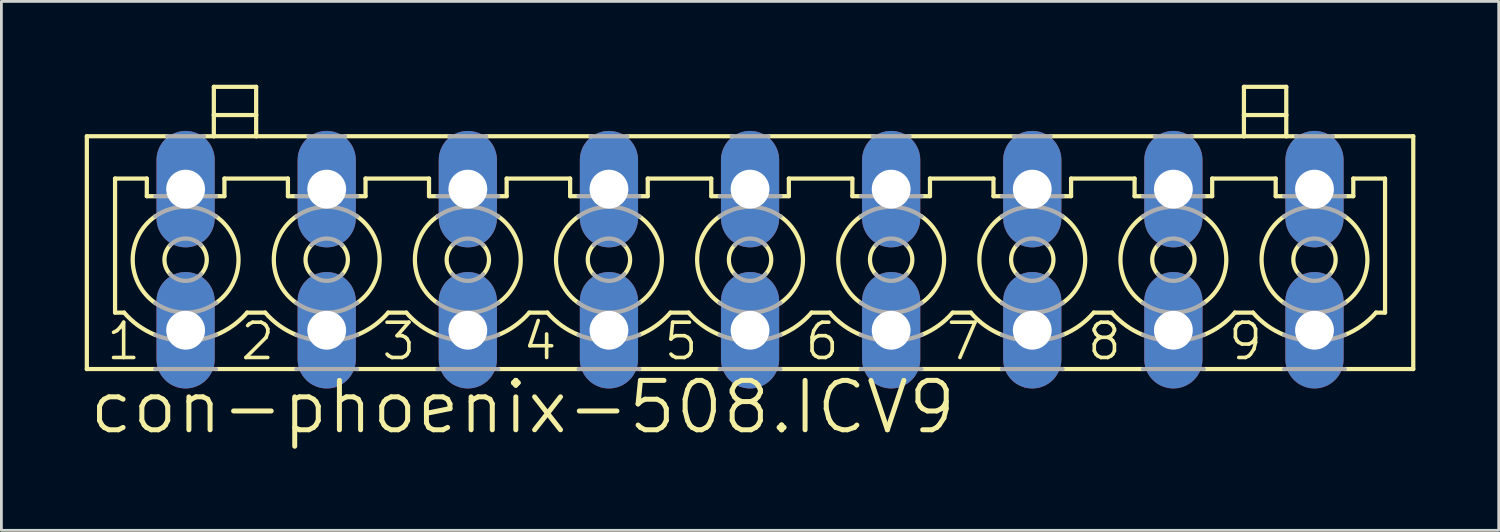
<source format=kicad_pcb>
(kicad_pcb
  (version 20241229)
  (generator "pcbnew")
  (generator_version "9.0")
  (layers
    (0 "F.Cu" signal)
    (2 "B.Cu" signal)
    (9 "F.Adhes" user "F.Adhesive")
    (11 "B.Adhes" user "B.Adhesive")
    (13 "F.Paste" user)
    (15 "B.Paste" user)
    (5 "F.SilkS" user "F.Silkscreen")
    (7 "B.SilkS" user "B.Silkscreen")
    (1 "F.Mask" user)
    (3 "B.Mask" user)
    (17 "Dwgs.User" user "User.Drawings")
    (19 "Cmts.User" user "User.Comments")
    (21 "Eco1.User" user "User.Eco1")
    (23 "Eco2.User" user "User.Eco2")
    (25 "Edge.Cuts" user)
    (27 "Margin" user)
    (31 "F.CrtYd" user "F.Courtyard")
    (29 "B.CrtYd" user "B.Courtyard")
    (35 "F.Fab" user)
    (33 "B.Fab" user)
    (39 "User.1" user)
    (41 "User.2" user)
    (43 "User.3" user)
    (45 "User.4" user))
  (footprint "con-phoenix-508.ICV9"
    (layer "F.Cu")
    (at 23.952 6.299)
    (property "Reference" "con-phoenix-508.ICV9" (at -23.876 6.35 0) (layer "F.SilkS") (effects (font (size 1.778 1.778) (thickness 0.18)) (justify left bottom)))
    (attr through_hole)
    (fp_line (start -23.876 -4.445) (end -23.876 3.937) (stroke (width 0.152) (type default)) (layer "F.SilkS"))
    (fp_line (start -23.876 -4.445) (end -20.98 -4.445) (stroke (width 0.152) (type default)) (layer "F.SilkS"))
    (fp_line (start -23.876 3.937) (end -21.412 3.937) (stroke (width 0.152) (type default)) (layer "F.SilkS"))
    (fp_line (start -22.86 -2.921) (end -22.86 1.905) (stroke (width 0.152) (type default)) (layer "F.SilkS"))
    (fp_line (start -22.86 -2.921) (end -21.717 -2.921) (stroke (width 0.152) (type default)) (layer "F.SilkS"))
    (fp_line (start -22.86 1.905) (end -22.534 1.905) (stroke (width 0.152) (type default)) (layer "F.SilkS"))
    (fp_line (start -21.717 -2.286) (end -21.717 -2.921) (stroke (width 0.152) (type default)) (layer "F.SilkS"))
    (fp_line (start -21.717 -2.286) (end -21.412 -2.286) (stroke (width 0.152) (type default)) (layer "F.SilkS"))
    (fp_line (start -19.66 -4.445) (end -19.304 -4.445) (stroke (width 0.152) (type default)) (layer "F.SilkS"))
    (fp_line (start -19.304 -5.207) (end -19.304 -6.223) (stroke (width 0.152) (type default)) (layer "F.SilkS"))
    (fp_line (start -19.304 -5.207) (end -17.78 -5.207) (stroke (width 0.152) (type default)) (layer "F.SilkS"))
    (fp_line (start -19.304 -4.445) (end -19.304 -5.207) (stroke (width 0.152) (type default)) (layer "F.SilkS"))
    (fp_line (start -19.304 -4.445) (end -17.78 -4.445) (stroke (width 0.152) (type default)) (layer "F.SilkS"))
    (fp_line (start -19.228 -2.286) (end -18.923 -2.286) (stroke (width 0.152) (type default)) (layer "F.SilkS"))
    (fp_line (start -19.228 3.937) (end -16.332 3.937) (stroke (width 0.152) (type default)) (layer "F.SilkS"))
    (fp_line (start -18.923 -2.921) (end -16.637 -2.921) (stroke (width 0.152) (type default)) (layer "F.SilkS"))
    (fp_line (start -18.923 -2.286) (end -18.923 -2.921) (stroke (width 0.152) (type default)) (layer "F.SilkS"))
    (fp_line (start -18.106 1.905) (end -17.454 1.905) (stroke (width 0.152) (type default)) (layer "F.SilkS"))
    (fp_line (start -17.78 -6.223) (end -19.304 -6.223) (stroke (width 0.152) (type default)) (layer "F.SilkS"))
    (fp_line (start -17.78 -5.207) (end -17.78 -6.223) (stroke (width 0.152) (type default)) (layer "F.SilkS"))
    (fp_line (start -17.78 -4.445) (end -17.78 -5.207) (stroke (width 0.152) (type default)) (layer "F.SilkS"))
    (fp_line (start -17.78 -4.445) (end -15.9 -4.445) (stroke (width 0.152) (type default)) (layer "F.SilkS"))
    (fp_line (start -16.637 -2.286) (end -16.637 -2.921) (stroke (width 0.152) (type default)) (layer "F.SilkS"))
    (fp_line (start -16.637 -2.286) (end -16.332 -2.286) (stroke (width 0.152) (type default)) (layer "F.SilkS"))
    (fp_line (start -14.58 -4.445) (end -10.795 -4.445) (stroke (width 0.152) (type default)) (layer "F.SilkS"))
    (fp_line (start -14.148 -2.286) (end -13.843 -2.286) (stroke (width 0.152) (type default)) (layer "F.SilkS"))
    (fp_line (start -14.148 3.937) (end -11.252 3.937) (stroke (width 0.152) (type default)) (layer "F.SilkS"))
    (fp_line (start -13.843 -2.921) (end -11.557 -2.921) (stroke (width 0.152) (type default)) (layer "F.SilkS"))
    (fp_line (start -13.843 -2.286) (end -13.843 -2.921) (stroke (width 0.152) (type default)) (layer "F.SilkS"))
    (fp_line (start -13.026 1.905) (end -12.374 1.905) (stroke (width 0.152) (type default)) (layer "F.SilkS"))
    (fp_line (start -11.557 -2.286) (end -11.557 -2.921) (stroke (width 0.152) (type default)) (layer "F.SilkS"))
    (fp_line (start -11.557 -2.286) (end -11.252 -2.286) (stroke (width 0.152) (type default)) (layer "F.SilkS"))
    (fp_line (start -9.5 -4.445) (end -5.715 -4.445) (stroke (width 0.152) (type default)) (layer "F.SilkS"))
    (fp_line (start -9.068 -2.286) (end -8.763 -2.286) (stroke (width 0.152) (type default)) (layer "F.SilkS"))
    (fp_line (start -9.068 3.937) (end -6.172 3.937) (stroke (width 0.152) (type default)) (layer "F.SilkS"))
    (fp_line (start -8.763 -2.921) (end -6.477 -2.921) (stroke (width 0.152) (type default)) (layer "F.SilkS"))
    (fp_line (start -8.763 -2.286) (end -8.763 -2.921) (stroke (width 0.152) (type default)) (layer "F.SilkS"))
    (fp_line (start -7.946 1.905) (end -7.294 1.905) (stroke (width 0.152) (type default)) (layer "F.SilkS"))
    (fp_line (start -6.477 -2.286) (end -6.477 -2.921) (stroke (width 0.152) (type default)) (layer "F.SilkS"))
    (fp_line (start -6.477 -2.286) (end -6.172 -2.286) (stroke (width 0.152) (type default)) (layer "F.SilkS"))
    (fp_line (start -4.42 -4.445) (end -0.635 -4.445) (stroke (width 0.152) (type default)) (layer "F.SilkS"))
    (fp_line (start -3.988 -2.286) (end -3.683 -2.286) (stroke (width 0.152) (type default)) (layer "F.SilkS"))
    (fp_line (start -3.988 3.937) (end -1.092 3.937) (stroke (width 0.152) (type default)) (layer "F.SilkS"))
    (fp_line (start -3.683 -2.921) (end -1.397 -2.921) (stroke (width 0.152) (type default)) (layer "F.SilkS"))
    (fp_line (start -3.683 -2.286) (end -3.683 -2.921) (stroke (width 0.152) (type default)) (layer "F.SilkS"))
    (fp_line (start -2.866 1.905) (end -2.214 1.905) (stroke (width 0.152) (type default)) (layer "F.SilkS"))
    (fp_line (start -1.397 -2.286) (end -1.397 -2.921) (stroke (width 0.152) (type default)) (layer "F.SilkS"))
    (fp_line (start -1.397 -2.286) (end -1.092 -2.286) (stroke (width 0.152) (type default)) (layer "F.SilkS"))
    (fp_line (start 0.66 -4.445) (end 4.445 -4.445) (stroke (width 0.152) (type default)) (layer "F.SilkS"))
    (fp_line (start 1.092 -2.286) (end 1.397 -2.286) (stroke (width 0.152) (type default)) (layer "F.SilkS"))
    (fp_line (start 1.092 3.937) (end 3.988 3.937) (stroke (width 0.152) (type default)) (layer "F.SilkS"))
    (fp_line (start 1.397 -2.921) (end 3.683 -2.921) (stroke (width 0.152) (type default)) (layer "F.SilkS"))
    (fp_line (start 1.397 -2.286) (end 1.397 -2.921) (stroke (width 0.152) (type default)) (layer "F.SilkS"))
    (fp_line (start 2.214 1.905) (end 2.866 1.905) (stroke (width 0.152) (type default)) (layer "F.SilkS"))
    (fp_line (start 3.683 -2.286) (end 3.683 -2.921) (stroke (width 0.152) (type default)) (layer "F.SilkS"))
    (fp_line (start 3.683 -2.286) (end 3.988 -2.286) (stroke (width 0.152) (type default)) (layer "F.SilkS"))
    (fp_line (start 5.74 -4.445) (end 9.525 -4.445) (stroke (width 0.152) (type default)) (layer "F.SilkS"))
    (fp_line (start 6.172 -2.286) (end 6.477 -2.286) (stroke (width 0.152) (type default)) (layer "F.SilkS"))
    (fp_line (start 6.172 3.937) (end 9.068 3.937) (stroke (width 0.152) (type default)) (layer "F.SilkS"))
    (fp_line (start 6.477 -2.921) (end 8.763 -2.921) (stroke (width 0.152) (type default)) (layer "F.SilkS"))
    (fp_line (start 6.477 -2.286) (end 6.477 -2.921) (stroke (width 0.152) (type default)) (layer "F.SilkS"))
    (fp_line (start 7.294 1.905) (end 7.946 1.905) (stroke (width 0.152) (type default)) (layer "F.SilkS"))
    (fp_line (start 8.763 -2.286) (end 8.763 -2.921) (stroke (width 0.152) (type default)) (layer "F.SilkS"))
    (fp_line (start 8.763 -2.286) (end 9.068 -2.286) (stroke (width 0.152) (type default)) (layer "F.SilkS"))
    (fp_line (start 10.82 -4.445) (end 14.605 -4.445) (stroke (width 0.152) (type default)) (layer "F.SilkS"))
    (fp_line (start 11.252 -2.286) (end 11.557 -2.286) (stroke (width 0.152) (type default)) (layer "F.SilkS"))
    (fp_line (start 11.252 3.937) (end 14.148 3.937) (stroke (width 0.152) (type default)) (layer "F.SilkS"))
    (fp_line (start 11.557 -2.921) (end 13.843 -2.921) (stroke (width 0.152) (type default)) (layer "F.SilkS"))
    (fp_line (start 11.557 -2.286) (end 11.557 -2.921) (stroke (width 0.152) (type default)) (layer "F.SilkS"))
    (fp_line (start 12.374 1.905) (end 13.026 1.905) (stroke (width 0.152) (type default)) (layer "F.SilkS"))
    (fp_line (start 13.843 -2.286) (end 13.843 -2.921) (stroke (width 0.152) (type default)) (layer "F.SilkS"))
    (fp_line (start 13.843 -2.286) (end 14.148 -2.286) (stroke (width 0.152) (type default)) (layer "F.SilkS"))
    (fp_line (start 15.9 -4.445) (end 17.78 -4.445) (stroke (width 0.152) (type default)) (layer "F.SilkS"))
    (fp_line (start 16.332 -2.286) (end 16.637 -2.286) (stroke (width 0.152) (type default)) (layer "F.SilkS"))
    (fp_line (start 16.332 3.937) (end 19.228 3.937) (stroke (width 0.152) (type default)) (layer "F.SilkS"))
    (fp_line (start 16.637 -2.921) (end 18.923 -2.921) (stroke (width 0.152) (type default)) (layer "F.SilkS"))
    (fp_line (start 16.637 -2.286) (end 16.637 -2.921) (stroke (width 0.152) (type default)) (layer "F.SilkS"))
    (fp_line (start 17.454 1.905) (end 18.106 1.905) (stroke (width 0.152) (type default)) (layer "F.SilkS"))
    (fp_line (start 17.78 -5.207) (end 17.78 -6.223) (stroke (width 0.152) (type default)) (layer "F.SilkS"))
    (fp_line (start 17.78 -5.207) (end 19.304 -5.207) (stroke (width 0.152) (type default)) (layer "F.SilkS"))
    (fp_line (start 17.78 -4.445) (end 17.78 -5.207) (stroke (width 0.152) (type default)) (layer "F.SilkS"))
    (fp_line (start 17.78 -4.445) (end 19.304 -4.445) (stroke (width 0.152) (type default)) (layer "F.SilkS"))
    (fp_line (start 18.923 -2.286) (end 18.923 -2.921) (stroke (width 0.152) (type default)) (layer "F.SilkS"))
    (fp_line (start 18.923 -2.286) (end 19.228 -2.286) (stroke (width 0.152) (type default)) (layer "F.SilkS"))
    (fp_line (start 19.304 -6.223) (end 17.78 -6.223) (stroke (width 0.152) (type default)) (layer "F.SilkS"))
    (fp_line (start 19.304 -5.207) (end 19.304 -6.223) (stroke (width 0.152) (type default)) (layer "F.SilkS"))
    (fp_line (start 19.304 -4.445) (end 19.304 -5.207) (stroke (width 0.152) (type default)) (layer "F.SilkS"))
    (fp_line (start 19.304 -4.445) (end 19.66 -4.445) (stroke (width 0.152) (type default)) (layer "F.SilkS"))
    (fp_line (start 20.98 -4.445) (end 23.876 -4.445) (stroke (width 0.152) (type default)) (layer "F.SilkS"))
    (fp_line (start 21.412 -2.286) (end 21.717 -2.286) (stroke (width 0.152) (type default)) (layer "F.SilkS"))
    (fp_line (start 21.412 3.937) (end 23.876 3.937) (stroke (width 0.152) (type default)) (layer "F.SilkS"))
    (fp_line (start 21.717 -2.921) (end 22.86 -2.921) (stroke (width 0.152) (type default)) (layer "F.SilkS"))
    (fp_line (start 21.717 -2.286) (end 21.717 -2.921) (stroke (width 0.152) (type default)) (layer "F.SilkS"))
    (fp_line (start 22.534 1.905) (end 22.86 1.905) (stroke (width 0.152) (type default)) (layer "F.SilkS"))
    (fp_line (start 22.86 1.905) (end 22.86 -2.921) (stroke (width 0.152) (type default)) (layer "F.SilkS"))
    (fp_line (start 23.876 -4.445) (end 23.876 3.937) (stroke (width 0.152) (type default)) (layer "F.SilkS"))
    (fp_arc (start -21.4122 1.5608) (mid -22.224993 0) (end -21.4122 -1.5608) (stroke (width 0.1524) (type default)) (layer "F.SilkS"))
    (fp_arc (start -21.4118 2.7092) (mid -22.021094 2.374351) (end -22.534 1.905) (stroke (width 0.1524) (type default)) (layer "F.SilkS"))
    (fp_arc (start -20.8714 0.526) (mid -21.082049 0) (end -20.8714 -0.526) (stroke (width 0.1524) (type default)) (layer "F.SilkS"))
    (fp_arc (start -19.7686 -0.526) (mid -19.557951 0) (end -19.7686 0.526) (stroke (width 0.1524) (type default)) (layer "F.SilkS"))
    (fp_arc (start -19.2278 -1.5608) (mid -18.415007 0) (end -19.2278 1.5608) (stroke (width 0.1524) (type default)) (layer "F.SilkS"))
    (fp_arc (start -18.1055 1.9051) (mid -18.618459 2.374412) (end -19.2278 2.7092) (stroke (width 0.1524) (type default)) (layer "F.SilkS"))
    (fp_arc (start -16.3322 1.5608) (mid -17.144993 0) (end -16.3322 -1.5608) (stroke (width 0.1524) (type default)) (layer "F.SilkS"))
    (fp_arc (start -16.3318 2.7092) (mid -16.941094 2.374351) (end -17.454 1.905) (stroke (width 0.1524) (type default)) (layer "F.SilkS"))
    (fp_arc (start -15.7914 0.526) (mid -16.002049 0) (end -15.7914 -0.526) (stroke (width 0.1524) (type default)) (layer "F.SilkS"))
    (fp_arc (start -14.6886 -0.526) (mid -14.477951 0) (end -14.6886 0.526) (stroke (width 0.1524) (type default)) (layer "F.SilkS"))
    (fp_arc (start -14.1478 -1.5608) (mid -13.335007 0) (end -14.1478 1.5608) (stroke (width 0.1524) (type default)) (layer "F.SilkS"))
    (fp_arc (start -13.0255 1.9051) (mid -13.538459 2.374412) (end -14.1478 2.7092) (stroke (width 0.1524) (type default)) (layer "F.SilkS"))
    (fp_arc (start -11.2522 1.5608) (mid -12.064993 0) (end -11.2522 -1.5608) (stroke (width 0.1524) (type default)) (layer "F.SilkS"))
    (fp_arc (start -11.2518 2.7092) (mid -11.861094 2.374351) (end -12.374 1.905) (stroke (width 0.1524) (type default)) (layer "F.SilkS"))
    (fp_arc (start -10.7114 0.526) (mid -10.922049 0) (end -10.7114 -0.526) (stroke (width 0.1524) (type default)) (layer "F.SilkS"))
    (fp_arc (start -9.6086 -0.526) (mid -9.397951 0) (end -9.6086 0.526) (stroke (width 0.1524) (type default)) (layer "F.SilkS"))
    (fp_arc (start -9.0678 -1.5608) (mid -8.255007 0) (end -9.0678 1.5608) (stroke (width 0.1524) (type default)) (layer "F.SilkS"))
    (fp_arc (start -7.9455 1.9051) (mid -8.458459 2.374412) (end -9.0678 2.7092) (stroke (width 0.1524) (type default)) (layer "F.SilkS"))
    (fp_arc (start -6.1722 1.5608) (mid -6.984993 0) (end -6.1722 -1.5608) (stroke (width 0.1524) (type default)) (layer "F.SilkS"))
    (fp_arc (start -6.1718 2.7092) (mid -6.781094 2.374351) (end -7.294 1.905) (stroke (width 0.1524) (type default)) (layer "F.SilkS"))
    (fp_arc (start -5.6314 0.526) (mid -5.842049 0) (end -5.6314 -0.526) (stroke (width 0.1524) (type default)) (layer "F.SilkS"))
    (fp_arc (start -4.5286 -0.526) (mid -4.317951 0) (end -4.5286 0.526) (stroke (width 0.1524) (type default)) (layer "F.SilkS"))
    (fp_arc (start -3.9878 -1.5608) (mid -3.175007 0) (end -3.9878 1.5608) (stroke (width 0.1524) (type default)) (layer "F.SilkS"))
    (fp_arc (start -2.8655 1.9051) (mid -3.378459 2.374412) (end -3.9878 2.7092) (stroke (width 0.1524) (type default)) (layer "F.SilkS"))
    (fp_arc (start -1.0922 1.5608) (mid -1.904993 0) (end -1.0922 -1.5608) (stroke (width 0.1524) (type default)) (layer "F.SilkS"))
    (fp_arc (start -1.0918 2.7092) (mid -1.701094 2.374351) (end -2.214 1.905) (stroke (width 0.1524) (type default)) (layer "F.SilkS"))
    (fp_arc (start -0.5514 0.526) (mid -0.762049 0) (end -0.5514 -0.526) (stroke (width 0.1524) (type default)) (layer "F.SilkS"))
    (fp_arc (start 0.5514 -0.526) (mid 0.762049 0) (end 0.5514 0.526) (stroke (width 0.1524) (type default)) (layer "F.SilkS"))
    (fp_arc (start 1.0922 -1.5608) (mid 1.904993 0) (end 1.0922 1.5608) (stroke (width 0.1524) (type default)) (layer "F.SilkS"))
    (fp_arc (start 2.214 1.905) (mid 1.701094 2.374351) (end 1.0918 2.7092) (stroke (width 0.1524) (type default)) (layer "F.SilkS"))
    (fp_arc (start 3.9878 1.5608) (mid 3.175007 0) (end 3.9878 -1.5608) (stroke (width 0.1524) (type default)) (layer "F.SilkS"))
    (fp_arc (start 3.9882 2.709) (mid 3.378916 2.374254) (end 2.866 1.905) (stroke (width 0.1524) (type default)) (layer "F.SilkS"))
    (fp_arc (start 4.5286 0.526) (mid 4.317951 0) (end 4.5286 -0.526) (stroke (width 0.1524) (type default)) (layer "F.SilkS"))
    (fp_arc (start 5.6314 -0.526) (mid 5.842049 0) (end 5.6314 0.526) (stroke (width 0.1524) (type default)) (layer "F.SilkS"))
    (fp_arc (start 6.1722 -1.5608) (mid 6.984993 0) (end 6.1722 1.5608) (stroke (width 0.1524) (type default)) (layer "F.SilkS"))
    (fp_arc (start 7.294 1.905) (mid 6.781094 2.374351) (end 6.1718 2.7092) (stroke (width 0.1524) (type default)) (layer "F.SilkS"))
    (fp_arc (start 9.0678 1.5608) (mid 8.255007 0) (end 9.0678 -1.5608) (stroke (width 0.1524) (type default)) (layer "F.SilkS"))
    (fp_arc (start 9.0682 2.709) (mid 8.458916 2.374254) (end 7.946 1.905) (stroke (width 0.1524) (type default)) (layer "F.SilkS"))
    (fp_arc (start 9.6086 0.526) (mid 9.397951 0) (end 9.6086 -0.526) (stroke (width 0.1524) (type default)) (layer "F.SilkS"))
    (fp_arc (start 10.7114 -0.526) (mid 10.922049 0) (end 10.7114 0.526) (stroke (width 0.1524) (type default)) (layer "F.SilkS"))
    (fp_arc (start 11.2522 -1.5608) (mid 12.064993 0) (end 11.2522 1.5608) (stroke (width 0.1524) (type default)) (layer "F.SilkS"))
    (fp_arc (start 12.374 1.905) (mid 11.861094 2.374351) (end 11.2518 2.7092) (stroke (width 0.1524) (type default)) (layer "F.SilkS"))
    (fp_arc (start 14.1478 1.5608) (mid 13.335007 0) (end 14.1478 -1.5608) (stroke (width 0.1524) (type default)) (layer "F.SilkS"))
    (fp_arc (start 14.1482 2.709) (mid 13.538916 2.374254) (end 13.026 1.905) (stroke (width 0.1524) (type default)) (layer "F.SilkS"))
    (fp_arc (start 14.6886 0.526) (mid 14.477951 0) (end 14.6886 -0.526) (stroke (width 0.1524) (type default)) (layer "F.SilkS"))
    (fp_arc (start 15.7914 -0.526) (mid 16.002049 0) (end 15.7914 0.526) (stroke (width 0.1524) (type default)) (layer "F.SilkS"))
    (fp_arc (start 16.3322 -1.5608) (mid 17.144993 0) (end 16.3322 1.5608) (stroke (width 0.1524) (type default)) (layer "F.SilkS"))
    (fp_arc (start 17.454 1.905) (mid 16.941094 2.374351) (end 16.3318 2.7092) (stroke (width 0.1524) (type default)) (layer "F.SilkS"))
    (fp_arc (start 19.2278 1.5608) (mid 18.415007 0) (end 19.2278 -1.5608) (stroke (width 0.1524) (type default)) (layer "F.SilkS"))
    (fp_arc (start 19.2282 2.709) (mid 18.618916 2.374254) (end 18.106 1.905) (stroke (width 0.1524) (type default)) (layer "F.SilkS"))
    (fp_arc (start 19.7686 0.526) (mid 19.557951 0) (end 19.7686 -0.526) (stroke (width 0.1524) (type default)) (layer "F.SilkS"))
    (fp_arc (start 20.8714 -0.526) (mid 21.082049 0) (end 20.8714 0.526) (stroke (width 0.1524) (type default)) (layer "F.SilkS"))
    (fp_arc (start 21.4122 -1.5608) (mid 22.224993 0) (end 21.4122 1.5608) (stroke (width 0.1524) (type default)) (layer "F.SilkS"))
    (fp_arc (start 22.534 1.905) (mid 22.021094 2.374351) (end 21.4118 2.7092) (stroke (width 0.1524) (type default)) (layer "F.SilkS"))
    (fp_line (start -21.412 -2.286) (end -19.228 -2.286) (stroke (width 0.152) (type default)) (layer "F.Fab"))
    (fp_line (start -21.412 3.937) (end -19.228 3.937) (stroke (width 0.152) (type default)) (layer "F.Fab"))
    (fp_line (start -20.98 -4.445) (end -19.66 -4.445) (stroke (width 0.152) (type default)) (layer "F.Fab"))
    (fp_line (start -16.332 -2.286) (end -14.148 -2.286) (stroke (width 0.152) (type default)) (layer "F.Fab"))
    (fp_line (start -16.332 3.937) (end -14.148 3.937) (stroke (width 0.152) (type default)) (layer "F.Fab"))
    (fp_line (start -15.9 -4.445) (end -14.58 -4.445) (stroke (width 0.152) (type default)) (layer "F.Fab"))
    (fp_line (start -11.252 -2.286) (end -9.068 -2.286) (stroke (width 0.152) (type default)) (layer "F.Fab"))
    (fp_line (start -11.252 3.937) (end -9.068 3.937) (stroke (width 0.152) (type default)) (layer "F.Fab"))
    (fp_line (start -10.82 -4.445) (end -9.5 -4.445) (stroke (width 0.152) (type default)) (layer "F.Fab"))
    (fp_line (start -6.172 -2.286) (end -3.988 -2.286) (stroke (width 0.152) (type default)) (layer "F.Fab"))
    (fp_line (start -6.172 3.937) (end -3.988 3.937) (stroke (width 0.152) (type default)) (layer "F.Fab"))
    (fp_line (start -5.74 -4.445) (end -4.42 -4.445) (stroke (width 0.152) (type default)) (layer "F.Fab"))
    (fp_line (start -1.092 -2.286) (end 1.092 -2.286) (stroke (width 0.152) (type default)) (layer "F.Fab"))
    (fp_line (start -1.092 3.937) (end 1.092 3.937) (stroke (width 0.152) (type default)) (layer "F.Fab"))
    (fp_line (start -0.66 -4.445) (end 0.66 -4.445) (stroke (width 0.152) (type default)) (layer "F.Fab"))
    (fp_line (start 3.988 -2.286) (end 6.172 -2.286) (stroke (width 0.152) (type default)) (layer "F.Fab"))
    (fp_line (start 3.988 3.937) (end 6.172 3.937) (stroke (width 0.152) (type default)) (layer "F.Fab"))
    (fp_line (start 4.42 -4.445) (end 5.74 -4.445) (stroke (width 0.152) (type default)) (layer "F.Fab"))
    (fp_line (start 9.068 -2.286) (end 11.252 -2.286) (stroke (width 0.152) (type default)) (layer "F.Fab"))
    (fp_line (start 9.068 3.937) (end 11.252 3.937) (stroke (width 0.152) (type default)) (layer "F.Fab"))
    (fp_line (start 9.5 -4.445) (end 10.82 -4.445) (stroke (width 0.152) (type default)) (layer "F.Fab"))
    (fp_line (start 14.148 -2.286) (end 16.332 -2.286) (stroke (width 0.152) (type default)) (layer "F.Fab"))
    (fp_line (start 14.148 3.937) (end 16.332 3.937) (stroke (width 0.152) (type default)) (layer "F.Fab"))
    (fp_line (start 14.58 -4.445) (end 15.9 -4.445) (stroke (width 0.152) (type default)) (layer "F.Fab"))
    (fp_line (start 19.228 -2.286) (end 21.412 -2.286) (stroke (width 0.152) (type default)) (layer "F.Fab"))
    (fp_line (start 19.228 3.937) (end 21.412 3.937) (stroke (width 0.152) (type default)) (layer "F.Fab"))
    (fp_line (start 19.66 -4.445) (end 20.98 -4.445) (stroke (width 0.152) (type default)) (layer "F.Fab"))
    (fp_arc (start -21.4122 -1.5608) (mid -20.32 -1.904993) (end -19.2278 -1.5608) (stroke (width 0.1524) (type default)) (layer "F.Fab"))
    (fp_arc (start -20.8714 -0.526) (mid -20.32 -0.762049) (end -19.7686 -0.526) (stroke (width 0.1524) (type default)) (layer "F.Fab"))
    (fp_arc (start -19.7686 0.526) (mid -20.32 0.762049) (end -20.8714 0.526) (stroke (width 0.1524) (type default)) (layer "F.Fab"))
    (fp_arc (start -19.2278 1.5608) (mid -20.32 1.904993) (end -21.4122 1.5608) (stroke (width 0.1524) (type default)) (layer "F.Fab"))
    (fp_arc (start -19.2278 2.7092) (mid -20.32 2.921073) (end -21.4122 2.7092) (stroke (width 0.1524) (type default)) (layer "F.Fab"))
    (fp_arc (start -16.3322 -1.5608) (mid -15.24 -1.904993) (end -14.1478 -1.5608) (stroke (width 0.1524) (type default)) (layer "F.Fab"))
    (fp_arc (start -15.7914 -0.526) (mid -15.24 -0.762049) (end -14.6886 -0.526) (stroke (width 0.1524) (type default)) (layer "F.Fab"))
    (fp_arc (start -14.6886 0.526) (mid -15.24 0.762049) (end -15.7914 0.526) (stroke (width 0.1524) (type default)) (layer "F.Fab"))
    (fp_arc (start -14.1478 1.5608) (mid -15.24 1.904993) (end -16.3322 1.5608) (stroke (width 0.1524) (type default)) (layer "F.Fab"))
    (fp_arc (start -14.1478 2.7092) (mid -15.24 2.921073) (end -16.3322 2.7092) (stroke (width 0.1524) (type default)) (layer "F.Fab"))
    (fp_arc (start -11.2522 -1.5608) (mid -10.16 -1.904993) (end -9.0678 -1.5608) (stroke (width 0.1524) (type default)) (layer "F.Fab"))
    (fp_arc (start -10.7114 -0.526) (mid -10.16 -0.762049) (end -9.6086 -0.526) (stroke (width 0.1524) (type default)) (layer "F.Fab"))
    (fp_arc (start -9.6086 0.526) (mid -10.16 0.762049) (end -10.7114 0.526) (stroke (width 0.1524) (type default)) (layer "F.Fab"))
    (fp_arc (start -9.0678 1.5608) (mid -10.16 1.904993) (end -11.2522 1.5608) (stroke (width 0.1524) (type default)) (layer "F.Fab"))
    (fp_arc (start -9.0678 2.7092) (mid -10.16 2.921073) (end -11.2522 2.7092) (stroke (width 0.1524) (type default)) (layer "F.Fab"))
    (fp_arc (start -6.1722 -1.5608) (mid -5.08 -1.904993) (end -3.9878 -1.5608) (stroke (width 0.1524) (type default)) (layer "F.Fab"))
    (fp_arc (start -5.6314 -0.526) (mid -5.08 -0.762049) (end -4.5286 -0.526) (stroke (width 0.1524) (type default)) (layer "F.Fab"))
    (fp_arc (start -4.5286 0.526) (mid -5.08 0.762049) (end -5.6314 0.526) (stroke (width 0.1524) (type default)) (layer "F.Fab"))
    (fp_arc (start -3.9878 1.5608) (mid -5.08 1.904993) (end -6.1722 1.5608) (stroke (width 0.1524) (type default)) (layer "F.Fab"))
    (fp_arc (start -3.9878 2.7092) (mid -5.08 2.921073) (end -6.1722 2.7092) (stroke (width 0.1524) (type default)) (layer "F.Fab"))
    (fp_arc (start -1.0922 -1.5608) (mid 0 -1.904993) (end 1.0922 -1.5608) (stroke (width 0.1524) (type default)) (layer "F.Fab"))
    (fp_arc (start -0.5514 -0.526) (mid 0 -0.762049) (end 0.5514 -0.526) (stroke (width 0.1524) (type default)) (layer "F.Fab"))
    (fp_arc (start 0.5514 0.526) (mid 0 0.762049) (end -0.5514 0.526) (stroke (width 0.1524) (type default)) (layer "F.Fab"))
    (fp_arc (start 1.0922 1.5608) (mid 0 1.904993) (end -1.0922 1.5608) (stroke (width 0.1524) (type default)) (layer "F.Fab"))
    (fp_arc (start 1.0922 2.7092) (mid 0 2.921073) (end -1.0922 2.7092) (stroke (width 0.1524) (type default)) (layer "F.Fab"))
    (fp_arc (start 3.9878 -1.5608) (mid 5.08 -1.904993) (end 6.1722 -1.5608) (stroke (width 0.1524) (type default)) (layer "F.Fab"))
    (fp_arc (start 4.5286 -0.526) (mid 5.08 -0.762049) (end 5.6314 -0.526) (stroke (width 0.1524) (type default)) (layer "F.Fab"))
    (fp_arc (start 5.6314 0.526) (mid 5.08 0.762049) (end 4.5286 0.526) (stroke (width 0.1524) (type default)) (layer "F.Fab"))
    (fp_arc (start 6.1722 1.5608) (mid 5.08 1.904993) (end 3.9878 1.5608) (stroke (width 0.1524) (type default)) (layer "F.Fab"))
    (fp_arc (start 6.1722 2.7092) (mid 5.08 2.921073) (end 3.9878 2.7092) (stroke (width 0.1524) (type default)) (layer "F.Fab"))
    (fp_arc (start 9.0678 -1.5608) (mid 10.16 -1.904993) (end 11.2522 -1.5608) (stroke (width 0.1524) (type default)) (layer "F.Fab"))
    (fp_arc (start 9.6086 -0.526) (mid 10.16 -0.762049) (end 10.7114 -0.526) (stroke (width 0.1524) (type default)) (layer "F.Fab"))
    (fp_arc (start 10.7114 0.526) (mid 10.16 0.762049) (end 9.6086 0.526) (stroke (width 0.1524) (type default)) (layer "F.Fab"))
    (fp_arc (start 11.2522 1.5608) (mid 10.16 1.904993) (end 9.0678 1.5608) (stroke (width 0.1524) (type default)) (layer "F.Fab"))
    (fp_arc (start 11.2522 2.7092) (mid 10.16 2.921073) (end 9.0678 2.7092) (stroke (width 0.1524) (type default)) (layer "F.Fab"))
    (fp_arc (start 14.1478 -1.5608) (mid 15.24 -1.904993) (end 16.3322 -1.5608) (stroke (width 0.1524) (type default)) (layer "F.Fab"))
    (fp_arc (start 14.6886 -0.526) (mid 15.24 -0.762049) (end 15.7914 -0.526) (stroke (width 0.1524) (type default)) (layer "F.Fab"))
    (fp_arc (start 15.7914 0.526) (mid 15.24 0.762049) (end 14.6886 0.526) (stroke (width 0.1524) (type default)) (layer "F.Fab"))
    (fp_arc (start 16.3322 1.5608) (mid 15.24 1.904993) (end 14.1478 1.5608) (stroke (width 0.1524) (type default)) (layer "F.Fab"))
    (fp_arc (start 16.3322 2.7092) (mid 15.24 2.921073) (end 14.1478 2.7092) (stroke (width 0.1524) (type default)) (layer "F.Fab"))
    (fp_arc (start 19.2278 -1.5608) (mid 20.32 -1.904993) (end 21.4122 -1.5608) (stroke (width 0.1524) (type default)) (layer "F.Fab"))
    (fp_arc (start 19.7686 -0.526) (mid 20.32 -0.762049) (end 20.8714 -0.526) (stroke (width 0.1524) (type default)) (layer "F.Fab"))
    (fp_arc (start 20.8714 0.526) (mid 20.32 0.762049) (end 19.7686 0.526) (stroke (width 0.1524) (type default)) (layer "F.Fab"))
    (fp_arc (start 21.4122 1.5608) (mid 20.32 1.904993) (end 19.2278 1.5608) (stroke (width 0.1524) (type default)) (layer "F.Fab"))
    (fp_arc (start 21.4122 2.7092) (mid 20.32 2.921073) (end 19.2278 2.7092) (stroke (width 0.1524) (type default)) (layer "F.Fab"))
    (fp_text user "5" (at -3.175 3.683 0) (layer "F.SilkS") (effects (font (size 1.27 1.27) (thickness 0.13)) (justify left bottom)))
    (fp_text user "9" (at 17.145 3.683 0) (layer "F.SilkS") (effects (font (size 1.27 1.27) (thickness 0.13)) (justify left bottom)))
    (fp_text user "3" (at -13.335 3.683 0) (layer "F.SilkS") (effects (font (size 1.27 1.27) (thickness 0.13)) (justify left bottom)))
    (fp_text user "1" (at -23.241 3.683 0) (layer "F.SilkS") (effects (font (size 1.27 1.27) (thickness 0.13)) (justify left bottom)))
    (fp_text user "8" (at 12.065 3.683 0) (layer "F.SilkS") (effects (font (size 1.27 1.27) (thickness 0.13)) (justify left bottom)))
    (fp_text user "7" (at 6.985 3.683 0) (layer "F.SilkS") (effects (font (size 1.27 1.27) (thickness 0.13)) (justify left bottom)))
    (fp_text user "4" (at -8.255 3.683 0) (layer "F.SilkS") (effects (font (size 1.27 1.27) (thickness 0.13)) (justify left bottom)))
    (fp_text user "6" (at 1.905 3.683 0) (layer "F.SilkS") (effects (font (size 1.27 1.27) (thickness 0.13)) (justify left bottom)))
    (fp_text user "2" (at -18.415 3.683 0) (layer "F.SilkS") (effects (font (size 1.27 1.27) (thickness 0.13)) (justify left bottom)))
    (pad "1" thru_hole oval (at -20.32 -2.54 90) (size 4.191 2.095) (drill 1.397) (layers "*.Cu" "*.Mask"))
    (pad "1A" thru_hole oval (at -20.32 2.54 90) (size 4.191 2.095) (drill 1.397) (layers "*.Cu" "*.Mask"))
    (pad "2" thru_hole oval (at -15.24 -2.54 90) (size 4.191 2.095) (drill 1.397) (layers "*.Cu" "*.Mask"))
    (pad "2A" thru_hole oval (at -15.24 2.54 90) (size 4.191 2.095) (drill 1.397) (layers "*.Cu" "*.Mask"))
    (pad "3" thru_hole oval (at -10.16 -2.54 90) (size 4.191 2.095) (drill 1.397) (layers "*.Cu" "*.Mask"))
    (pad "3A" thru_hole oval (at -10.16 2.54 90) (size 4.191 2.095) (drill 1.397) (layers "*.Cu" "*.Mask"))
    (pad "4" thru_hole oval (at -5.08 -2.54 90) (size 4.191 2.095) (drill 1.397) (layers "*.Cu" "*.Mask"))
    (pad "4A" thru_hole oval (at -5.08 2.54 90) (size 4.191 2.095) (drill 1.397) (layers "*.Cu" "*.Mask"))
    (pad "5" thru_hole oval (at 0 -2.54 90) (size 4.191 2.095) (drill 1.397) (layers "*.Cu" "*.Mask"))
    (pad "5A" thru_hole oval (at 0 2.54 90) (size 4.191 2.095) (drill 1.397) (layers "*.Cu" "*.Mask"))
    (pad "6" thru_hole oval (at 5.08 -2.54 90) (size 4.191 2.095) (drill 1.397) (layers "*.Cu" "*.Mask"))
    (pad "6A" thru_hole oval (at 5.08 2.54 90) (size 4.191 2.095) (drill 1.397) (layers "*.Cu" "*.Mask"))
    (pad "7" thru_hole oval (at 10.16 -2.54 90) (size 4.191 2.095) (drill 1.397) (layers "*.Cu" "*.Mask"))
    (pad "7A" thru_hole oval (at 10.16 2.54 90) (size 4.191 2.095) (drill 1.397) (layers "*.Cu" "*.Mask"))
    (pad "8" thru_hole oval (at 15.24 -2.54 90) (size 4.191 2.095) (drill 1.397) (layers "*.Cu" "*.Mask"))
    (pad "8A" thru_hole oval (at 15.24 2.54 90) (size 4.191 2.095) (drill 1.397) (layers "*.Cu" "*.Mask"))
    (pad "9" thru_hole oval (at 20.32 -2.54 90) (size 4.191 2.095) (drill 1.397) (layers "*.Cu" "*.Mask"))
    (pad "9A" thru_hole oval (at 20.32 2.54 90) (size 4.191 2.095) (drill 1.397) (layers "*.Cu" "*.Mask")))
  (gr_rect
    (start -3 -3)
    (end 50.904 16.043)
    (stroke (width 0.1) (type default))
    (fill no)
    (layer "Edge.Cuts")))
</source>
